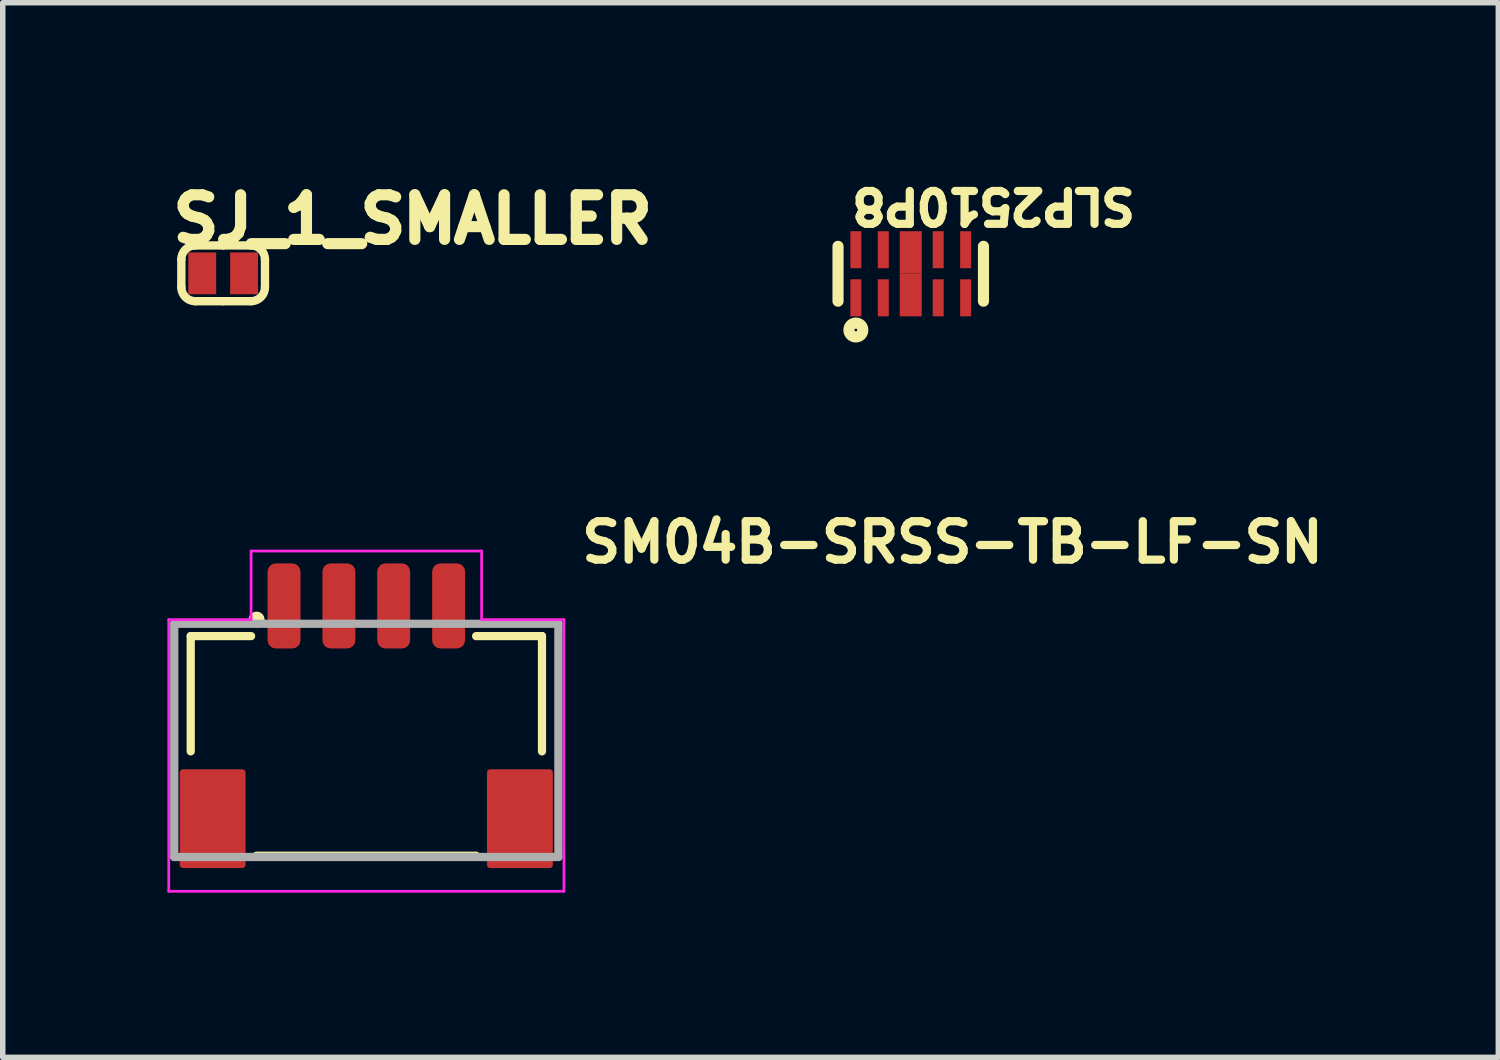
<source format=kicad_pcb>
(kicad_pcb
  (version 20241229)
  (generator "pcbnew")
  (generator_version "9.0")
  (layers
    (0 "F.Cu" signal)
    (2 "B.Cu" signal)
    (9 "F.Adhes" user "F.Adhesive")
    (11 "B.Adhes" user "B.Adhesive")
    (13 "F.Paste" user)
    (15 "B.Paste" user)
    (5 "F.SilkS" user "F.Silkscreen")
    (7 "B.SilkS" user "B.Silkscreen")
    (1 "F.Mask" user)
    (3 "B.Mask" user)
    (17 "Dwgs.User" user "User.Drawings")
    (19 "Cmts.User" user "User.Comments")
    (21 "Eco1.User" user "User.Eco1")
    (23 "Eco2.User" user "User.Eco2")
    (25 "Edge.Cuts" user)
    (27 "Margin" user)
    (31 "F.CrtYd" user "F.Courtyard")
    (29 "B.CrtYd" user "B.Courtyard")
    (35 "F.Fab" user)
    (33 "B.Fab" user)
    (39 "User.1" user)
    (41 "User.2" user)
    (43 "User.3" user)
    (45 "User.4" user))
  (footprint "SM04B-SRSS-TB-LF-SN"
    (layer "F.Cu")
    (at 3.625 10.44)
    (property "Reference" "SM04B-SRSS-TB-LF-SN" (at 3.848 -3.2 180) (layer "F.SilkS") (effects (font (size 0.7 0.7) (thickness 0.15)) (justify left bottom)))
    (attr smd)
    (fp_line (start -3.2 -1.9) (end -2.1 -1.9) (stroke (width 0.15) (type solid)) (layer "F.SilkS"))
    (fp_line (start -3.2 0.2) (end -3.2 -1.9) (stroke (width 0.15) (type solid)) (layer "F.SilkS"))
    (fp_line (start 1.999 2.101) (end -2 2.101) (stroke (width 0.15) (type solid)) (layer "F.SilkS"))
    (fp_line (start 3.2 -1.9) (end 2 -1.9) (stroke (width 0.15) (type solid)) (layer "F.SilkS"))
    (fp_line (start 3.2 0.2) (end 3.2 -1.9) (stroke (width 0.15) (type solid)) (layer "F.SilkS"))
    (fp_circle (center -2 -2.2) (end -1.95 -2.15) (stroke (width 0.15) (type solid)) (fill yes) (layer "F.SilkS"))
    (fp_line (start -3.6 -2.2) (end -3.6 2.75) (stroke (width 0.05) (type solid)) (layer "F.CrtYd"))
    (fp_line (start -3.6 2.75) (end 3.6 2.75) (stroke (width 0.05) (type solid)) (layer "F.CrtYd"))
    (fp_line (start -2.1 -3.45) (end -2.1 -2.2) (stroke (width 0.05) (type solid)) (layer "F.CrtYd"))
    (fp_line (start -2.1 -2.2) (end -3.6 -2.2) (stroke (width 0.05) (type solid)) (layer "F.CrtYd"))
    (fp_line (start 2.1 -3.45) (end -2.1 -3.45) (stroke (width 0.05) (type solid)) (layer "F.CrtYd"))
    (fp_line (start 2.1 -2.2) (end 2.1 -3.45) (stroke (width 0.05) (type solid)) (layer "F.CrtYd"))
    (fp_line (start 3.6 -2.2) (end 2.1 -2.2) (stroke (width 0.05) (type solid)) (layer "F.CrtYd"))
    (fp_line (start 3.6 2.75) (end 3.6 -2.2) (stroke (width 0.05) (type solid)) (layer "F.CrtYd"))
    (fp_line (start -3.5 -2.125) (end -3.5 2.125) (stroke (width 0.15) (type solid)) (layer "F.Fab"))
    (fp_line (start -3.5 -2.125) (end 3.499 -2.125) (stroke (width 0.15) (type solid)) (layer "F.Fab"))
    (fp_line (start 3.499 2.125) (end -3.5 2.125) (stroke (width 0.15) (type solid)) (layer "F.Fab"))
    (fp_line (start 3.499 2.125) (end 3.499 -2.125) (stroke (width 0.15) (type solid)) (layer "F.Fab"))
    (fp_rect (start 2.999 2.475) (end -3 -2.476) (stroke (width 0.1) (type solid)) (fill no) (layer "User.5"))
    (fp_line (start -3 -1.776) (end -2.5 -1.776) (stroke (width 0.02) (type solid)) (layer "User.9"))
    (fp_line (start -3 -1.226) (end -3 -1.776) (stroke (width 0.02) (type solid)) (layer "User.9"))
    (fp_line (start -3 -1.226) (end -2.5 -1.226) (stroke (width 0.02) (type solid)) (layer "User.9"))
    (fp_line (start -3 -0.576) (end -3 -1.226) (stroke (width 0.02) (type solid)) (layer "User.9"))
    (fp_line (start -3 -0.576) (end -2.5 -0.576) (stroke (width 0.02) (type solid)) (layer "User.9"))
    (fp_line (start -3 -0.373) (end -3 -0.576) (stroke (width 0.02) (type solid)) (layer "User.9"))
    (fp_line (start -3 -0.373) (end -2.761 -0.373) (stroke (width 0.02) (type solid)) (layer "User.9"))
    (fp_line (start -3 2.475) (end -3 -0.373) (stroke (width 0.02) (type solid)) (layer "User.9"))
    (fp_line (start -2.761 -0.373) (end -2.761 -0.288) (stroke (width 0.02) (type solid)) (layer "User.9"))
    (fp_line (start -2.761 -0.288) (end -2.761 2.475) (stroke (width 0.02) (type solid)) (layer "User.9"))
    (fp_line (start -2.761 -0.288) (end -2.5 -0.288) (stroke (width 0.02) (type solid)) (layer "User.9"))
    (fp_line (start -2.761 2.475) (end -3 2.475) (stroke (width 0.02) (type solid)) (layer "User.9"))
    (fp_line (start -2.5 -1.776) (end -2.5 -1.226) (stroke (width 0.02) (type solid)) (layer "User.9"))
    (fp_line (start -2.5 -0.288) (end -2.5 -1.226) (stroke (width 0.02) (type solid)) (layer "User.9"))
    (fp_line (start -1.801 -1.776) (end -2.5 -1.776) (stroke (width 0.02) (type solid)) (layer "User.9"))
    (fp_line (start -1.801 -1.776) (end -1.601 -1.575) (stroke (width 0.02) (type solid)) (layer "User.9"))
    (fp_line (start -1.601 -2.476) (end -1.601 -2.476) (stroke (width 0.02) (type solid)) (layer "User.9"))
    (fp_line (start -1.601 -2.476) (end -1.601 -2.375) (stroke (width 0.02) (type solid)) (layer "User.9"))
    (fp_line (start -1.601 -2.476) (end -1.401 -2.476) (stroke (width 0.02) (type solid)) (layer "User.9"))
    (fp_line (start -1.601 -2.375) (end -1.601 -2.476) (stroke (width 0.02) (type solid)) (layer "User.9"))
    (fp_line (start -1.601 -2.375) (end -1.601 -2.476) (stroke (width 0.02) (type solid)) (layer "User.9"))
    (fp_line (start -1.601 -1.996) (end -1.601 -2.375) (stroke (width 0.02) (type solid)) (layer "User.9"))
    (fp_line (start -1.601 -1.996) (end -1.401 -1.996) (stroke (width 0.02) (type solid)) (layer "User.9"))
    (fp_line (start -1.601 -1.605) (end -1.601 -1.996) (stroke (width 0.02) (type solid)) (layer "User.9"))
    (fp_line (start -1.601 -1.575) (end -1.601 -1.605) (stroke (width 0.02) (type solid)) (layer "User.9"))
    (fp_line (start -1.601 -1.575) (end -1.401 -1.575) (stroke (width 0.02) (type solid)) (layer "User.9"))
    (fp_line (start -1.601 -1.327) (end -1.601 -1.476) (stroke (width 0.02) (type solid)) (layer "User.9"))
    (fp_line (start -1.601 -1.226) (end -1.601 -1.575) (stroke (width 0.02) (type solid)) (layer "User.9"))
    (fp_line (start -1.401 -2.476) (end -1.401 -2.476) (stroke (width 0.02) (type solid)) (layer "User.9"))
    (fp_line (start -1.401 -2.476) (end -1.401 -2.375) (stroke (width 0.02) (type solid)) (layer "User.9"))
    (fp_line (start -1.401 -2.375) (end -1.401 -2.476) (stroke (width 0.02) (type solid)) (layer "User.9"))
    (fp_line (start -1.401 -2.375) (end -1.401 -2.476) (stroke (width 0.02) (type solid)) (layer "User.9"))
    (fp_line (start -1.401 -1.996) (end -1.401 -2.375) (stroke (width 0.02) (type solid)) (layer "User.9"))
    (fp_line (start -1.401 -1.605) (end -1.401 -1.996) (stroke (width 0.02) (type solid)) (layer "User.9"))
    (fp_line (start -1.401 -1.575) (end -1.401 -1.605) (stroke (width 0.02) (type solid)) (layer "User.9"))
    (fp_line (start -1.401 -1.575) (end -1.2 -1.776) (stroke (width 0.02) (type solid)) (layer "User.9"))
    (fp_line (start -1.401 -1.327) (end -1.401 -1.476) (stroke (width 0.02) (type solid)) (layer "User.9"))
    (fp_line (start -1.401 -1.226) (end -1.401 -1.575) (stroke (width 0.02) (type solid)) (layer "User.9"))
    (fp_line (start -0.802 -1.776) (end -1.2 -1.776) (stroke (width 0.02) (type solid)) (layer "User.9"))
    (fp_line (start -0.802 -1.776) (end -0.6 -1.575) (stroke (width 0.02) (type solid)) (layer "User.9"))
    (fp_line (start -0.6 -2.476) (end -0.6 -2.476) (stroke (width 0.02) (type solid)) (layer "User.9"))
    (fp_line (start -0.6 -2.476) (end -0.6 -2.375) (stroke (width 0.02) (type solid)) (layer "User.9"))
    (fp_line (start -0.6 -2.476) (end -0.402 -2.476) (stroke (width 0.02) (type solid)) (layer "User.9"))
    (fp_line (start -0.6 -2.375) (end -0.6 -2.476) (stroke (width 0.02) (type solid)) (layer "User.9"))
    (fp_line (start -0.6 -2.375) (end -0.6 -2.476) (stroke (width 0.02) (type solid)) (layer "User.9"))
    (fp_line (start -0.6 -1.996) (end -0.6 -2.375) (stroke (width 0.02) (type solid)) (layer "User.9"))
    (fp_line (start -0.6 -1.996) (end -0.402 -1.996) (stroke (width 0.02) (type solid)) (layer "User.9"))
    (fp_line (start -0.6 -1.605) (end -0.6 -1.996) (stroke (width 0.02) (type solid)) (layer "User.9"))
    (fp_line (start -0.6 -1.575) (end -0.6 -1.605) (stroke (width 0.02) (type solid)) (layer "User.9"))
    (fp_line (start -0.6 -1.575) (end -0.402 -1.575) (stroke (width 0.02) (type solid)) (layer "User.9"))
    (fp_line (start -0.6 -1.327) (end -0.6 -1.476) (stroke (width 0.02) (type solid)) (layer "User.9"))
    (fp_line (start -0.6 -1.226) (end -0.6 -1.575) (stroke (width 0.02) (type solid)) (layer "User.9"))
    (fp_line (start -0.402 -2.476) (end -0.402 -2.476) (stroke (width 0.02) (type solid)) (layer "User.9"))
    (fp_line (start -0.402 -2.476) (end -0.402 -2.375) (stroke (width 0.02) (type solid)) (layer "User.9"))
    (fp_line (start -0.402 -2.375) (end -0.402 -2.476) (stroke (width 0.02) (type solid)) (layer "User.9"))
    (fp_line (start -0.402 -2.375) (end -0.402 -2.476) (stroke (width 0.02) (type solid)) (layer "User.9"))
    (fp_line (start -0.402 -1.996) (end -0.402 -2.375) (stroke (width 0.02) (type solid)) (layer "User.9"))
    (fp_line (start -0.402 -1.605) (end -0.402 -1.996) (stroke (width 0.02) (type solid)) (layer "User.9"))
    (fp_line (start -0.402 -1.575) (end -0.402 -1.605) (stroke (width 0.02) (type solid)) (layer "User.9"))
    (fp_line (start -0.402 -1.575) (end -0.202 -1.776) (stroke (width 0.02) (type solid)) (layer "User.9"))
    (fp_line (start -0.402 -1.327) (end -0.402 -1.476) (stroke (width 0.02) (type solid)) (layer "User.9"))
    (fp_line (start -0.402 -1.226) (end -0.402 -1.575) (stroke (width 0.02) (type solid)) (layer "User.9"))
    (fp_line (start 0.2 -1.776) (end -0.202 -1.776) (stroke (width 0.02) (type solid)) (layer "User.9"))
    (fp_line (start 0.2 -1.776) (end 0.4 -1.575) (stroke (width 0.02) (type solid)) (layer "User.9"))
    (fp_line (start 0.4 -2.476) (end 0.4 -2.476) (stroke (width 0.02) (type solid)) (layer "User.9"))
    (fp_line (start 0.4 -2.476) (end 0.4 -2.375) (stroke (width 0.02) (type solid)) (layer "User.9"))
    (fp_line (start 0.4 -2.476) (end 0.598 -2.476) (stroke (width 0.02) (type solid)) (layer "User.9"))
    (fp_line (start 0.4 -2.375) (end 0.4 -2.476) (stroke (width 0.02) (type solid)) (layer "User.9"))
    (fp_line (start 0.4 -2.375) (end 0.4 -2.476) (stroke (width 0.02) (type solid)) (layer "User.9"))
    (fp_line (start 0.4 -1.996) (end 0.4 -2.375) (stroke (width 0.02) (type solid)) (layer "User.9"))
    (fp_line (start 0.4 -1.996) (end 0.598 -1.996) (stroke (width 0.02) (type solid)) (layer "User.9"))
    (fp_line (start 0.4 -1.605) (end 0.4 -1.996) (stroke (width 0.02) (type solid)) (layer "User.9"))
    (fp_line (start 0.4 -1.575) (end 0.4 -1.605) (stroke (width 0.02) (type solid)) (layer "User.9"))
    (fp_line (start 0.4 -1.575) (end 0.598 -1.575) (stroke (width 0.02) (type solid)) (layer "User.9"))
    (fp_line (start 0.4 -1.327) (end 0.4 -1.476) (stroke (width 0.02) (type solid)) (layer "User.9"))
    (fp_line (start 0.4 -1.226) (end 0.4 -1.575) (stroke (width 0.02) (type solid)) (layer "User.9"))
    (fp_line (start 0.598 -2.476) (end 0.598 -2.476) (stroke (width 0.02) (type solid)) (layer "User.9"))
    (fp_line (start 0.598 -2.476) (end 0.598 -2.375) (stroke (width 0.02) (type solid)) (layer "User.9"))
    (fp_line (start 0.598 -2.375) (end 0.598 -2.476) (stroke (width 0.02) (type solid)) (layer "User.9"))
    (fp_line (start 0.598 -2.375) (end 0.598 -2.476) (stroke (width 0.02) (type solid)) (layer "User.9"))
    (fp_line (start 0.598 -1.996) (end 0.598 -2.375) (stroke (width 0.02) (type solid)) (layer "User.9"))
    (fp_line (start 0.598 -1.605) (end 0.598 -1.996) (stroke (width 0.02) (type solid)) (layer "User.9"))
    (fp_line (start 0.598 -1.575) (end 0.598 -1.605) (stroke (width 0.02) (type solid)) (layer "User.9"))
    (fp_line (start 0.598 -1.575) (end 0.8 -1.776) (stroke (width 0.02) (type solid)) (layer "User.9"))
    (fp_line (start 0.598 -1.327) (end 0.598 -1.476) (stroke (width 0.02) (type solid)) (layer "User.9"))
    (fp_line (start 0.598 -1.226) (end 0.598 -1.575) (stroke (width 0.02) (type solid)) (layer "User.9"))
    (fp_line (start 1.199 -1.776) (end 0.8 -1.776) (stroke (width 0.02) (type solid)) (layer "User.9"))
    (fp_line (start 1.199 -1.776) (end 1.398 -1.575) (stroke (width 0.02) (type solid)) (layer "User.9"))
    (fp_line (start 1.398 -2.476) (end 1.398 -2.476) (stroke (width 0.02) (type solid)) (layer "User.9"))
    (fp_line (start 1.398 -2.476) (end 1.398 -2.375) (stroke (width 0.02) (type solid)) (layer "User.9"))
    (fp_line (start 1.398 -2.476) (end 1.6 -2.476) (stroke (width 0.02) (type solid)) (layer "User.9"))
    (fp_line (start 1.398 -2.375) (end 1.398 -2.476) (stroke (width 0.02) (type solid)) (layer "User.9"))
    (fp_line (start 1.398 -2.375) (end 1.398 -2.476) (stroke (width 0.02) (type solid)) (layer "User.9"))
    (fp_line (start 1.398 -1.996) (end 1.398 -2.375) (stroke (width 0.02) (type solid)) (layer "User.9"))
    (fp_line (start 1.398 -1.996) (end 1.6 -1.996) (stroke (width 0.02) (type solid)) (layer "User.9"))
    (fp_line (start 1.398 -1.605) (end 1.398 -1.996) (stroke (width 0.02) (type solid)) (layer "User.9"))
    (fp_line (start 1.398 -1.575) (end 1.398 -1.605) (stroke (width 0.02) (type solid)) (layer "User.9"))
    (fp_line (start 1.398 -1.575) (end 1.6 -1.575) (stroke (width 0.02) (type solid)) (layer "User.9"))
    (fp_line (start 1.398 -1.327) (end 1.398 -1.476) (stroke (width 0.02) (type solid)) (layer "User.9"))
    (fp_line (start 1.398 -1.226) (end 1.398 -1.575) (stroke (width 0.02) (type solid)) (layer "User.9"))
    (fp_line (start 1.6 -2.476) (end 1.6 -2.476) (stroke (width 0.02) (type solid)) (layer "User.9"))
    (fp_line (start 1.6 -2.476) (end 1.6 -2.375) (stroke (width 0.02) (type solid)) (layer "User.9"))
    (fp_line (start 1.6 -2.375) (end 1.6 -2.476) (stroke (width 0.02) (type solid)) (layer "User.9"))
    (fp_line (start 1.6 -2.375) (end 1.6 -2.476) (stroke (width 0.02) (type solid)) (layer "User.9"))
    (fp_line (start 1.6 -1.996) (end 1.6 -2.375) (stroke (width 0.02) (type solid)) (layer "User.9"))
    (fp_line (start 1.6 -1.605) (end 1.6 -1.996) (stroke (width 0.02) (type solid)) (layer "User.9"))
    (fp_line (start 1.6 -1.575) (end 1.6 -1.605) (stroke (width 0.02) (type solid)) (layer "User.9"))
    (fp_line (start 1.6 -1.575) (end 1.8 -1.776) (stroke (width 0.02) (type solid)) (layer "User.9"))
    (fp_line (start 1.6 -1.327) (end 1.6 -1.476) (stroke (width 0.02) (type solid)) (layer "User.9"))
    (fp_line (start 1.6 -1.226) (end 1.6 -1.575) (stroke (width 0.02) (type solid)) (layer "User.9"))
    (fp_line (start 2.499 -1.776) (end 1.8 -1.776) (stroke (width 0.02) (type solid)) (layer "User.9"))
    (fp_line (start 2.499 -1.776) (end 2.499 -1.226) (stroke (width 0.02) (type solid)) (layer "User.9"))
    (fp_line (start 2.499 -1.776) (end 2.999 -1.776) (stroke (width 0.02) (type solid)) (layer "User.9"))
    (fp_line (start 2.499 -1.226) (end -2.5 -1.226) (stroke (width 0.02) (type solid)) (layer "User.9"))
    (fp_line (start 2.499 -1.226) (end 2.499 -0.288) (stroke (width 0.02) (type solid)) (layer "User.9"))
    (fp_line (start 2.499 -0.288) (end 2.758 -0.288) (stroke (width 0.02) (type solid)) (layer "User.9"))
    (fp_line (start 2.758 -0.373) (end 2.758 -0.288) (stroke (width 0.02) (type solid)) (layer "User.9"))
    (fp_line (start 2.758 2.475) (end -2.761 2.475) (stroke (width 0.02) (type solid)) (layer "User.9"))
    (fp_line (start 2.758 2.475) (end 2.758 -0.288) (stroke (width 0.02) (type solid)) (layer "User.9"))
    (fp_line (start 2.999 -1.776) (end 2.999 -1.226) (stroke (width 0.02) (type solid)) (layer "User.9"))
    (fp_line (start 2.999 -1.226) (end 2.499 -1.226) (stroke (width 0.02) (type solid)) (layer "User.9"))
    (fp_line (start 2.999 -1.226) (end 2.999 -0.576) (stroke (width 0.02) (type solid)) (layer "User.9"))
    (fp_line (start 2.999 -0.576) (end 2.499 -0.576) (stroke (width 0.02) (type solid)) (layer "User.9"))
    (fp_line (start 2.999 -0.373) (end 2.758 -0.373) (stroke (width 0.02) (type solid)) (layer "User.9"))
    (fp_line (start 2.999 -0.373) (end 2.999 -0.576) (stroke (width 0.02) (type solid)) (layer "User.9"))
    (fp_line (start 2.999 2.475) (end 2.758 2.475) (stroke (width 0.02) (type solid)) (layer "User.9"))
    (fp_line (start 2.999 2.475) (end 2.999 -0.373) (stroke (width 0.02) (type solid)) (layer "User.9"))
    (pad "1" smd roundrect (at -1.5 -2.45) (size 0.6 1.55) (layers "F.Cu" "F.Mask" "F.Paste") (roundrect_rratio 0.25))
    (pad "2" smd roundrect (at -0.5 -2.45) (size 0.6 1.55) (layers "F.Cu" "F.Mask" "F.Paste") (roundrect_rratio 0.25))
    (pad "3" smd roundrect (at 0.498 -2.45) (size 0.6 1.55) (layers "F.Cu" "F.Mask" "F.Paste") (roundrect_rratio 0.25))
    (pad "4" smd roundrect (at 1.499 -2.45) (size 0.6 1.55) (layers "F.Cu" "F.Mask" "F.Paste") (roundrect_rratio 0.25))
    (pad "S1" smd roundrect (at -2.801 1.426 180) (size 1.2 1.8) (layers "F.Cu" "F.Mask" "F.Paste") (roundrect_rratio 0.05))
    (pad "S2" smd roundrect (at 2.798 1.426 180) (size 1.2 1.8) (layers "F.Cu" "F.Mask" "F.Paste") (roundrect_rratio 0.05)))
  (footprint "SLP2510P8"
    (layer "F.Cu")
    (at 13.544 1.938)
    (property "Reference" "SLP2510P8" (at -1.143 -0.889 180) (unlocked yes) (layer "F.SilkS") (effects (font (size 0.599 0.599) (thickness 0.163)) (justify right top)))
    (fp_line (start -1.325 0.5) (end -1.325 -0.5) (stroke (width 0.203) (type solid)) (layer "F.SilkS"))
    (fp_line (start 1.325 0.5) (end 1.325 -0.5) (stroke (width 0.203) (type solid)) (layer "F.SilkS"))
    (fp_circle (center -1 1.025) (end -0.975 1.025) (stroke (width 0.203) (type solid)) (fill no) (layer "F.SilkS"))
    (fp_poly (pts (xy -1.11 -0.11) (xy -0.89 -0.11) (xy -0.89 -0.77) (xy -1.11 -0.77)) (stroke (width 0) (type default)) (fill yes) (layer "F.Paste"))
    (fp_poly (pts (xy -1.11 0.77) (xy -0.89 0.77) (xy -0.89 0.11) (xy -1.11 0.11)) (stroke (width 0) (type default)) (fill yes) (layer "F.Paste"))
    (fp_poly (pts (xy -0.61 -0.11) (xy -0.39 -0.11) (xy -0.39 -0.77) (xy -0.61 -0.77)) (stroke (width 0) (type default)) (fill yes) (layer "F.Paste"))
    (fp_poly (pts (xy -0.61 0.77) (xy -0.39 0.77) (xy -0.39 0.11) (xy -0.61 0.11)) (stroke (width 0) (type default)) (fill yes) (layer "F.Paste"))
    (fp_poly (pts (xy 0.39 -0.11) (xy 0.61 -0.11) (xy 0.61 -0.77) (xy 0.39 -0.77)) (stroke (width 0) (type default)) (fill yes) (layer "F.Paste"))
    (fp_poly (pts (xy 0.39 0.77) (xy 0.61 0.77) (xy 0.61 0.11) (xy 0.39 0.11)) (stroke (width 0) (type default)) (fill yes) (layer "F.Paste"))
    (fp_poly (pts (xy 0.89 -0.11) (xy 1.11 -0.11) (xy 1.11 -0.77) (xy 0.89 -0.77)) (stroke (width 0) (type default)) (fill yes) (layer "F.Paste"))
    (fp_poly (pts (xy 0.89 0.77) (xy 1.11 0.77) (xy 1.11 0.11) (xy 0.89 0.11)) (stroke (width 0) (type default)) (fill yes) (layer "F.Paste"))
    (pad "1" smd rect (at -1 0.438) (size 0.2 0.675) (layers "F.Cu" "F.Mask"))
    (pad "2" smd rect (at -0.5 0.438) (size 0.2 0.675) (layers "F.Cu" "F.Mask"))
    (pad "3" smd rect (at 0 0.388) (size 0.4 0.775) (layers "F.Cu" "F.Mask" "F.Paste"))
    (pad "4" smd rect (at 0.5 0.438) (size 0.2 0.675) (layers "F.Cu" "F.Mask"))
    (pad "5" smd rect (at 1 0.438) (size 0.2 0.675) (layers "F.Cu" "F.Mask"))
    (pad "6" smd rect (at 1 -0.438) (size 0.2 0.675) (layers "F.Cu" "F.Mask"))
    (pad "7" smd rect (at 0.5 -0.438) (size 0.2 0.675) (layers "F.Cu" "F.Mask"))
    (pad "8" smd rect (at 0 -0.388) (size 0.4 0.775) (layers "F.Cu" "F.Mask" "F.Paste"))
    (pad "9" smd rect (at -0.5 -0.438) (size 0.2 0.675) (layers "F.Cu" "F.Mask"))
    (pad "10" smd rect (at -1 -0.438) (size 0.2 0.675) (layers "F.Cu" "F.Mask")))
  (footprint "SJ_1_SMALLER"
    (layer "F.Cu")
    (at 1.016 1.93)
    (property "Reference" "SJ_1_SMALLER" (at -1.016 -0.508 0) (unlocked yes) (layer "F.SilkS") (effects (font (size 0.813 0.813) (thickness 0.203)) (justify left bottom)))
    (fp_line (start -0.762 0.254) (end -0.762 -0.254) (stroke (width 0.152) (type solid)) (layer "F.SilkS"))
    (fp_line (start -0.508 -0.508) (end 0 -0.508) (stroke (width 0.152) (type solid)) (layer "F.SilkS"))
    (fp_line (start 0 -0.508) (end 0.508 -0.508) (stroke (width 0.152) (type solid)) (layer "F.SilkS"))
    (fp_line (start 0 0.508) (end -0.508 0.508) (stroke (width 0.152) (type solid)) (layer "F.SilkS"))
    (fp_line (start 0.508 0.508) (end 0 0.508) (stroke (width 0.152) (type solid)) (layer "F.SilkS"))
    (fp_line (start 0.762 0.254) (end 0.762 -0.254) (stroke (width 0.152) (type solid)) (layer "F.SilkS"))
    (fp_arc (start -0.762 -0.254) (mid -0.687604 -0.433605) (end -0.507999 -0.507999) (stroke (width 0.1524) (type solid)) (layer "F.SilkS"))
    (fp_arc (start -0.507999 0.507999) (mid -0.687604 0.433605) (end -0.762 0.254) (stroke (width 0.1524) (type solid)) (layer "F.SilkS"))
    (fp_arc (start 0.508 -0.508) (mid 0.687605 -0.433605) (end 0.762001 -0.253999) (stroke (width 0.1524) (type solid)) (layer "F.SilkS"))
    (fp_arc (start 0.762001 0.253999) (mid 0.687606 0.433605) (end 0.508 0.508) (stroke (width 0.1524) (type solid)) (layer "F.SilkS"))
    (pad "1" smd rect (at -0.381 0 180) (size 0.508 0.762) (layers "F.Cu" "F.Mask"))
    (pad "2" smd rect (at 0.381 0 180) (size 0.508 0.762) (layers "F.Cu" "F.Mask")))
  (gr_rect
    (start -3 -3)
    (end 24.25 16.215)
    (stroke (width 0.1) (type default))
    (fill no)
    (layer "Edge.Cuts")))
</source>
